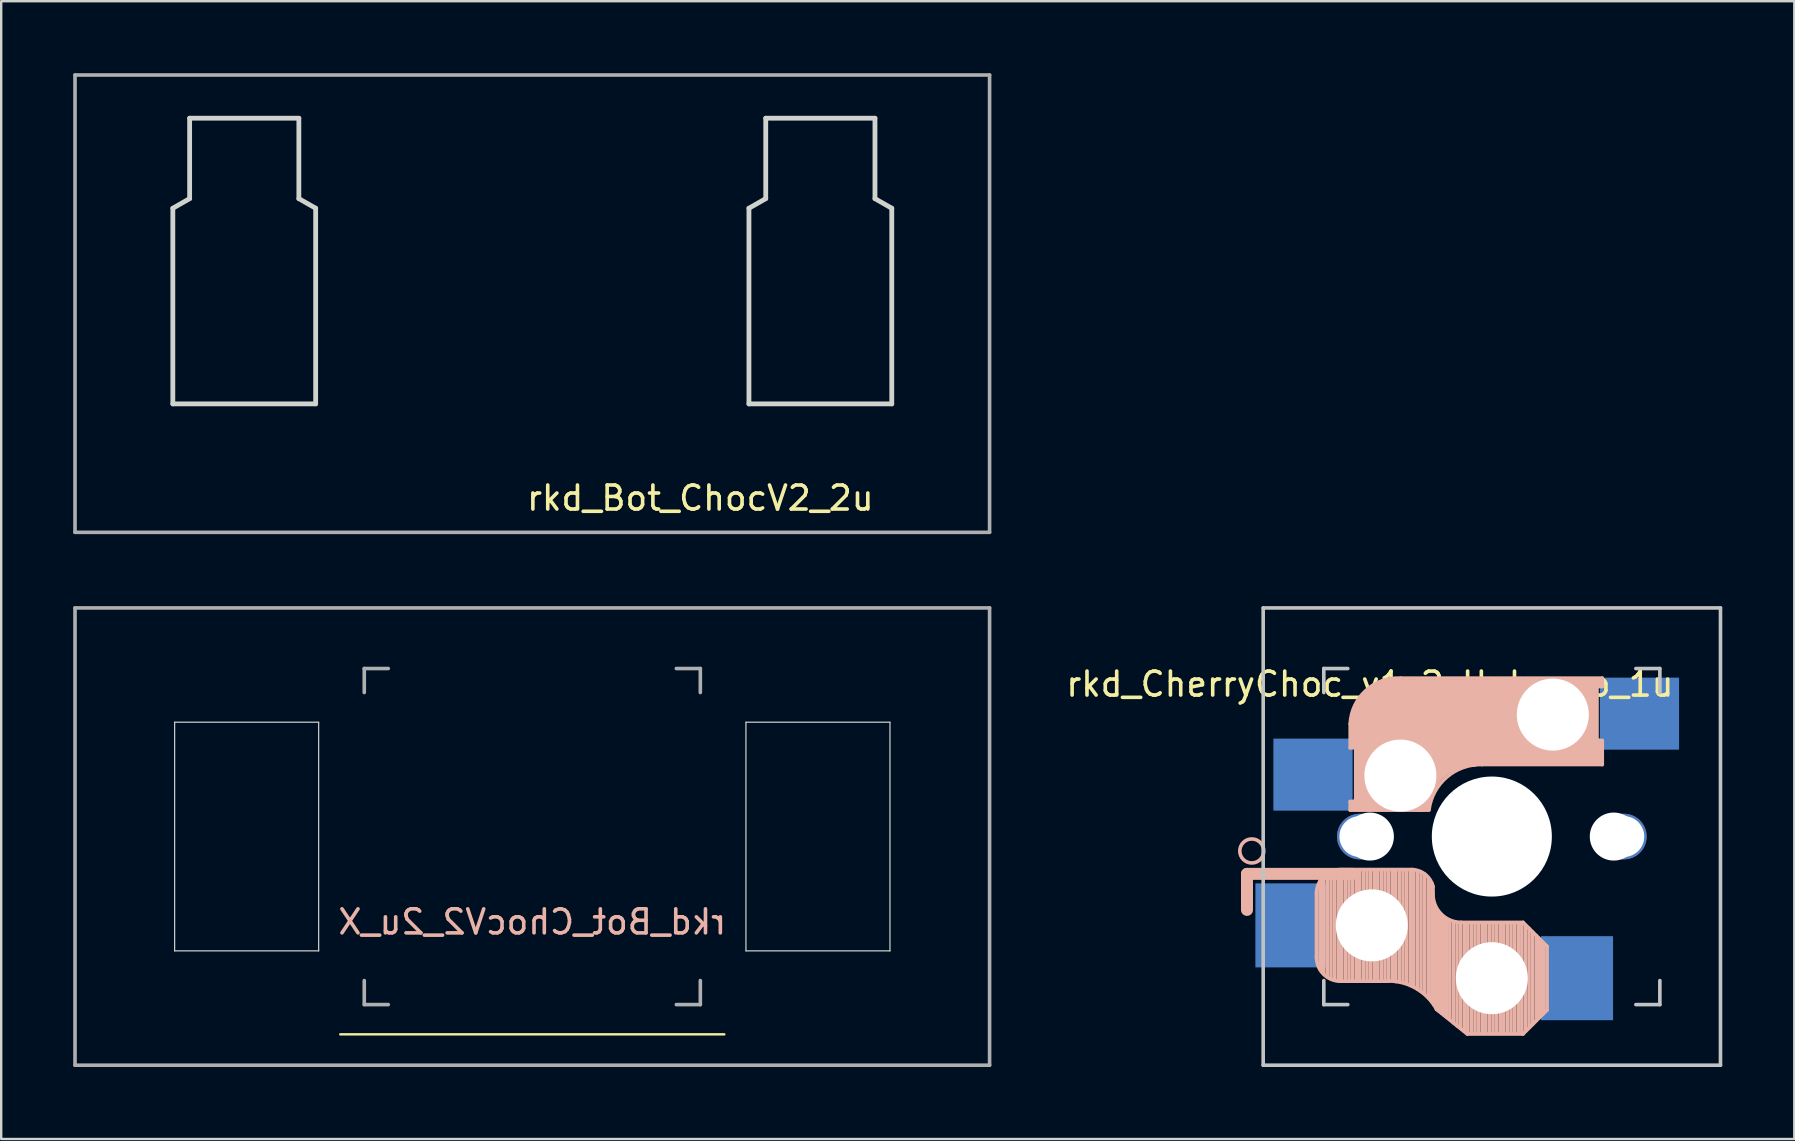
<source format=kicad_pcb>
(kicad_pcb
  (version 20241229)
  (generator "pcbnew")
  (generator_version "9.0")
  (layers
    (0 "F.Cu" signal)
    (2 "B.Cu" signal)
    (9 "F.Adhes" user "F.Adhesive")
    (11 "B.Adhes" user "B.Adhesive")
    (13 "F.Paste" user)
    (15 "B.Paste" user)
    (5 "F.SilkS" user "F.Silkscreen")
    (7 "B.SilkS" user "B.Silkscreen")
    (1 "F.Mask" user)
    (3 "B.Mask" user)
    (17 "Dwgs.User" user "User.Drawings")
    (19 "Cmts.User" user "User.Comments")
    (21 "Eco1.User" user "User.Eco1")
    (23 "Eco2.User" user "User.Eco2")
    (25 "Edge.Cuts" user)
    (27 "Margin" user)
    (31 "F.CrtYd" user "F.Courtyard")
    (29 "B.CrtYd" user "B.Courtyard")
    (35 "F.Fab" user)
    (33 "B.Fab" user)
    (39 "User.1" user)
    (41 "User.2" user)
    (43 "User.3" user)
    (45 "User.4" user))
  (footprint "rkd_CherryChoc_v1v2_Hotswap_1u"
    (layer "F.Cu")
    (at 59.098 31.8)
    (property "Reference" "rkd_CherryChoc_v1v2_Hotswap_1u" (at -5.08 -6.35 180) (layer "F.SilkS") (effects (font (size 1 1) (thickness 0.15))))
    (attr through_hole)
    (fp_line (start -10.2 1.555) (end -10.2 3.055) (stroke (width 0.5) (type default)) (layer "B.SilkS"))
    (fp_line (start -7.305 2.375) (end -7.305 5.025) (stroke (width 0.15) (type solid)) (layer "B.SilkS"))
    (fp_line (start -7.15 5.53) (end -7.15 1.85) (stroke (width 0.15) (type solid)) (layer "B.SilkS"))
    (fp_line (start -7 5.7) (end -7 1.73) (stroke (width 0.15) (type solid)) (layer "B.SilkS"))
    (fp_line (start -6.85 5.84) (end -6.85 1.7) (stroke (width 0.15) (type solid)) (layer "B.SilkS"))
    (fp_line (start -6.7 5.92) (end -6.7 1.8) (stroke (width 0.15) (type solid)) (layer "B.SilkS"))
    (fp_line (start -6.55 5.97) (end -6.55 1.65) (stroke (width 0.15) (type solid)) (layer "B.SilkS"))
    (fp_line (start -6.4 6.01) (end -6.4 1.5) (stroke (width 0.15) (type solid)) (layer "B.SilkS"))
    (fp_line (start -6.25 6) (end -6.25 1.4) (stroke (width 0.15) (type solid)) (layer "B.SilkS"))
    (fp_line (start -6.1 6) (end -6.1 1.4) (stroke (width 0.15) (type solid)) (layer "B.SilkS"))
    (fp_line (start -5.95 6) (end -5.95 1.4) (stroke (width 0.15) (type solid)) (layer "B.SilkS"))
    (fp_line (start -5.9 -4.7) (end -5.9 -3.7) (stroke (width 0.15) (type solid)) (layer "B.SilkS"))
    (fp_line (start -5.9 -3.7) (end -5.7 -3.7) (stroke (width 0.15) (type solid)) (layer "B.SilkS"))
    (fp_line (start -5.9 -1.1) (end -5.9 -1.46) (stroke (width 0.15) (type solid)) (layer "B.SilkS"))
    (fp_line (start -5.9 -1.1) (end -2.62 -1.1) (stroke (width 0.15) (type solid)) (layer "B.SilkS"))
    (fp_line (start -5.8 -3.8) (end -5.8 -4.7) (stroke (width 0.3) (type solid)) (layer "B.SilkS"))
    (fp_line (start -5.8 1.555) (end -10.2 1.555) (stroke (width 0.5) (type default)) (layer "B.SilkS"))
    (fp_line (start -5.8 6) (end -5.8 1.4) (stroke (width 0.15) (type solid)) (layer "B.SilkS"))
    (fp_line (start -5.7 -1.46) (end -5.9 -1.46) (stroke (width 0.15) (type solid)) (layer "B.SilkS"))
    (fp_line (start -5.7 -1.3) (end -3 -1.3) (stroke (width 0.5) (type solid)) (layer "B.SilkS"))
    (fp_line (start -5.67 -3.7) (end -5.67 -1.46) (stroke (width 0.15) (type solid)) (layer "B.SilkS"))
    (fp_line (start -5.65 6) (end -5.65 1.4) (stroke (width 0.15) (type solid)) (layer "B.SilkS"))
    (fp_line (start -5.5 6) (end -5.5 1.4) (stroke (width 0.15) (type solid)) (layer "B.SilkS"))
    (fp_line (start -5.35 6) (end -5.35 1.4) (stroke (width 0.15) (type solid)) (layer "B.SilkS"))
    (fp_line (start -5.3 -1.6) (end -5.3 -3.4) (stroke (width 0.8) (type solid)) (layer "B.SilkS"))
    (fp_line (start -5.2 6) (end -5.2 1.4) (stroke (width 0.15) (type solid)) (layer "B.SilkS"))
    (fp_line (start -5.05 6) (end -5.05 1.4) (stroke (width 0.15) (type solid)) (layer "B.SilkS"))
    (fp_line (start -4.9 6) (end -4.9 1.4) (stroke (width 0.15) (type solid)) (layer "B.SilkS"))
    (fp_line (start -4.75 6) (end -4.75 1.4) (stroke (width 0.15) (type solid)) (layer "B.SilkS"))
    (fp_line (start -4.6 6) (end -4.6 1.4) (stroke (width 0.15) (type solid)) (layer "B.SilkS"))
    (fp_line (start -4.45 6) (end -4.45 1.4) (stroke (width 0.15) (type solid)) (layer "B.SilkS"))
    (fp_line (start -4.3 6) (end -4.3 1.4) (stroke (width 0.15) (type solid)) (layer "B.SilkS"))
    (fp_line (start -4.3 6.025) (end -6.275 6.025) (stroke (width 0.15) (type solid)) (layer "B.SilkS"))
    (fp_line (start -4.17 -5.1) (end -4.17 -2.86) (stroke (width 3) (type solid)) (layer "B.SilkS"))
    (fp_line (start -4.15 6) (end -4.15 1.45) (stroke (width 0.15) (type solid)) (layer "B.SilkS"))
    (fp_line (start -4 6.04) (end -4 1.4) (stroke (width 0.15) (type solid)) (layer "B.SilkS"))
    (fp_line (start -3.85 6.05) (end -3.85 1.4) (stroke (width 0.15) (type solid)) (layer "B.SilkS"))
    (fp_line (start -3.7 6.05) (end -3.7 1.45) (stroke (width 0.15) (type solid)) (layer "B.SilkS"))
    (fp_line (start -3.55 6.1) (end -3.55 1.39) (stroke (width 0.15) (type solid)) (layer "B.SilkS"))
    (fp_line (start -3.4 6.2) (end -3.4 1.38) (stroke (width 0.15) (type solid)) (layer "B.SilkS"))
    (fp_line (start -3.311 1.375) (end -6.275 1.375) (stroke (width 0.15) (type solid)) (layer "B.SilkS"))
    (fp_line (start -3.25 6.25) (end -3.25 1.4) (stroke (width 0.15) (type solid)) (layer "B.SilkS"))
    (fp_line (start -3.1 6.35) (end -3.1 1.43) (stroke (width 0.15) (type solid)) (layer "B.SilkS"))
    (fp_line (start -2.95 6.45) (end -2.95 1.48) (stroke (width 0.15) (type solid)) (layer "B.SilkS"))
    (fp_line (start -2.8 6.55) (end -2.8 1.56) (stroke (width 0.15) (type solid)) (layer "B.SilkS"))
    (fp_line (start -2.65 6.7) (end -2.65 1.75) (stroke (width 0.15) (type solid)) (layer "B.SilkS"))
    (fp_line (start -2.5 6.85) (end -2.5 1.95) (stroke (width 0.15) (type solid)) (layer "B.SilkS"))
    (fp_line (start -2.45 2.4) (end -2.45 2.077) (stroke (width 0.15) (type default)) (layer "B.SilkS"))
    (fp_line (start -2.4 7.02) (end -2.4 2.9) (stroke (width 0.15) (type solid)) (layer "B.SilkS"))
    (fp_line (start -2.3 7.2) (end -2.3 3.05) (stroke (width 0.15) (type solid)) (layer "B.SilkS"))
    (fp_line (start -2.3 7.2) (end -1.025 8.225) (stroke (width 0.15) (type solid)) (layer "B.SilkS"))
    (fp_line (start -2.2 7.27) (end -2.2 3.25) (stroke (width 0.15) (type solid)) (layer "B.SilkS"))
    (fp_line (start -2.1 7.35) (end -2.1 3.35) (stroke (width 0.15) (type solid)) (layer "B.SilkS"))
    (fp_line (start -2 7.43) (end -2 3.4) (stroke (width 0.15) (type solid)) (layer "B.SilkS"))
    (fp_line (start -1.89 7.52) (end -1.9 3.45) (stroke (width 0.15) (type solid)) (layer "B.SilkS"))
    (fp_line (start -1.75 7.62) (end -1.75 3.5) (stroke (width 0.15) (type solid)) (layer "B.SilkS"))
    (fp_line (start -1.6 7.76) (end -1.6 3.6) (stroke (width 0.15) (type solid)) (layer "B.SilkS"))
    (fp_line (start -1.45 7.88) (end -1.45 3.6) (stroke (width 0.15) (type solid)) (layer "B.SilkS"))
    (fp_line (start -1.3 7.99) (end -1.3 3.6) (stroke (width 0.15) (type solid)) (layer "B.SilkS"))
    (fp_line (start -1.15 8.11) (end -1.15 3.65) (stroke (width 0.15) (type solid)) (layer "B.SilkS"))
    (fp_line (start -1 8.2) (end -1 3.6) (stroke (width 0.15) (type solid)) (layer "B.SilkS"))
    (fp_line (start -0.85 8.2) (end -0.85 3.6) (stroke (width 0.15) (type solid)) (layer "B.SilkS"))
    (fp_line (start -0.7 8.2) (end -0.7 3.6) (stroke (width 0.15) (type solid)) (layer "B.SilkS"))
    (fp_line (start -0.55 8.2) (end -0.55 3.6) (stroke (width 0.15) (type solid)) (layer "B.SilkS"))
    (fp_line (start -0.4 -3) (end 4.6 -3) (stroke (width 0.15) (type solid)) (layer "B.SilkS"))
    (fp_line (start -0.4 8.2) (end -0.4 3.6) (stroke (width 0.15) (type solid)) (layer "B.SilkS"))
    (fp_line (start -0.25 8.2) (end -0.25 3.6) (stroke (width 0.15) (type solid)) (layer "B.SilkS"))
    (fp_line (start -0.1 8.2) (end -0.1 3.6) (stroke (width 0.15) (type solid)) (layer "B.SilkS"))
    (fp_line (start 0.05 8.2) (end 0.05 3.6) (stroke (width 0.15) (type solid)) (layer "B.SilkS"))
    (fp_line (start 0.2 8.2) (end 0.2 3.6) (stroke (width 0.15) (type solid)) (layer "B.SilkS"))
    (fp_line (start 0.35 8.2) (end 0.35 3.6) (stroke (width 0.15) (type solid)) (layer "B.SilkS"))
    (fp_line (start 0.5 8.2) (end 0.5 3.6) (stroke (width 0.15) (type solid)) (layer "B.SilkS"))
    (fp_line (start 0.65 8.2) (end 0.65 3.6) (stroke (width 0.15) (type solid)) (layer "B.SilkS"))
    (fp_line (start 0.8 8.2) (end 0.8 3.6) (stroke (width 0.15) (type solid)) (layer "B.SilkS"))
    (fp_line (start 0.95 8.2) (end 0.95 3.6) (stroke (width 0.15) (type solid)) (layer "B.SilkS"))
    (fp_line (start 1.1 8.2) (end 1.1 3.6) (stroke (width 0.15) (type solid)) (layer "B.SilkS"))
    (fp_line (start 1.25 8.2) (end 1.25 3.6) (stroke (width 0.15) (type solid)) (layer "B.SilkS"))
    (fp_line (start 1.3 3.575) (end -1.275 3.575) (stroke (width 0.15) (type solid)) (layer "B.SilkS"))
    (fp_line (start 1.3 8.225) (end -1.025 8.225) (stroke (width 0.15) (type solid)) (layer "B.SilkS"))
    (fp_line (start 1.4 8.09) (end 1.4 3.7) (stroke (width 0.15) (type solid)) (layer "B.SilkS"))
    (fp_line (start 1.55 7.95) (end 1.55 3.83) (stroke (width 0.15) (type solid)) (layer "B.SilkS"))
    (fp_line (start 1.7 7.82) (end 1.7 3.99) (stroke (width 0.15) (type solid)) (layer "B.SilkS"))
    (fp_line (start 1.85 7.66) (end 1.85 4.13) (stroke (width 0.15) (type solid)) (layer "B.SilkS"))
    (fp_line (start 1.95 7.56) (end 1.95 4.23) (stroke (width 0.15) (type solid)) (layer "B.SilkS"))
    (fp_line (start 2.05 7.45) (end 2.05 4.33) (stroke (width 0.15) (type solid)) (layer "B.SilkS"))
    (fp_line (start 2.15 7.37) (end 2.15 4.44) (stroke (width 0.15) (type solid)) (layer "B.SilkS"))
    (fp_line (start 2.3 4.575) (end 1.3 3.575) (stroke (width 0.15) (type solid)) (layer "B.SilkS"))
    (fp_line (start 2.3 4.575) (end 2.3 7.225) (stroke (width 0.15) (type solid)) (layer "B.SilkS"))
    (fp_line (start 2.3 7.225) (end 1.3 8.225) (stroke (width 0.15) (type solid)) (layer "B.SilkS"))
    (fp_line (start 2.6 -4.8) (end -4.1 -4.8) (stroke (width 3.5) (type solid)) (layer "B.SilkS"))
    (fp_line (start 3.9 -6) (end 3.9 -3.5) (stroke (width 1) (type solid)) (layer "B.SilkS"))
    (fp_line (start 4.3 -3.3) (end 2.9 -3.3) (stroke (width 0.5) (type solid)) (layer "B.SilkS"))
    (fp_line (start 4.38 -4) (end 4.38 -6.25) (stroke (width 0.15) (type solid)) (layer "B.SilkS"))
    (fp_line (start 4.4 -6.4) (end 3 -6.4) (stroke (width 0.4) (type solid)) (layer "B.SilkS"))
    (fp_line (start 4.4 -6.25) (end 4.6 -6.25) (stroke (width 0.15) (type solid)) (layer "B.SilkS"))
    (fp_line (start 4.4 -3.9) (end 4.4 -3.2) (stroke (width 0.4) (type solid)) (layer "B.SilkS"))
    (fp_line (start 4.6 -6.6) (end -3.8 -6.6) (stroke (width 0.15) (type solid)) (layer "B.SilkS"))
    (fp_line (start 4.6 -6.25) (end 4.6 -6.6) (stroke (width 0.15) (type solid)) (layer "B.SilkS"))
    (fp_line (start 4.6 -4) (end 4.4 -4) (stroke (width 0.15) (type solid)) (layer "B.SilkS"))
    (fp_line (start 4.6 -3) (end 4.6 -4) (stroke (width 0.15) (type solid)) (layer "B.SilkS"))
    (fp_arc (start -7.305 2.375) (mid -7.012107 1.667893) (end -6.305 1.375) (stroke (width 0.15) (type solid)) (layer "B.SilkS"))
    (fp_arc (start -6.305 6.025) (mid -7.012107 5.732107) (end -7.305 5.025) (stroke (width 0.15) (type solid)) (layer "B.SilkS"))
    (fp_arc (start -5.9 -4.699999) (mid -5.243504 -6.084924) (end -3.800001 -6.6) (stroke (width 0.15) (type solid)) (layer "B.SilkS"))
    (fp_arc (start -4.3 6.017458) (mid -3.138277 6.335211) (end -2.3 7.2) (stroke (width 0.15) (type solid)) (layer "B.SilkS"))
    (fp_arc (start -3.311204 1.375) (mid -2.763915 1.58277) (end -2.45 2.076887) (stroke (width 0.15) (type solid)) (layer "B.SilkS"))
    (fp_arc (start -3.016318 -1.521471) (mid -2.268709 -2.886118) (end -0.8 -3.4) (stroke (width 1) (type solid)) (layer "B.SilkS"))
    (fp_arc (start -2.616318 -1.121471) (mid -1.868709 -2.486118) (end -0.4 -3) (stroke (width 0.15) (type solid)) (layer "B.SilkS"))
    (fp_arc (start -1.275 3.575) (mid -2.10585 3.23085) (end -2.45 2.4) (stroke (width 0.15) (type solid)) (layer "B.SilkS"))
    (fp_circle (center -10 0.6) (end -9.5 0.6) (stroke (width 0.15) (type default)) (fill no) (layer "B.SilkS"))
    (fp_line (start -9.525 -9.525) (end 9.525 -9.525) (stroke (width 0.15) (type solid)) (layer "Dwgs.User"))
    (fp_line (start -9.525 9.525) (end -9.525 -9.525) (stroke (width 0.15) (type solid)) (layer "Dwgs.User"))
    (fp_line (start -7 -7) (end -6 -7) (stroke (width 0.15) (type solid)) (layer "Dwgs.User"))
    (fp_line (start -7 -6) (end -7 -7) (stroke (width 0.15) (type solid)) (layer "Dwgs.User"))
    (fp_line (start -7 7) (end -7 6) (stroke (width 0.15) (type solid)) (layer "Dwgs.User"))
    (fp_line (start -6 7) (end -7 7) (stroke (width 0.15) (type solid)) (layer "Dwgs.User"))
    (fp_line (start 6 7) (end 7 7) (stroke (width 0.15) (type solid)) (layer "Dwgs.User"))
    (fp_line (start 7 -7) (end 6 -7) (stroke (width 0.15) (type solid)) (layer "Dwgs.User"))
    (fp_line (start 7 -6) (end 7 -7) (stroke (width 0.15) (type solid)) (layer "Dwgs.User"))
    (fp_line (start 7 7) (end 7 6) (stroke (width 0.15) (type solid)) (layer "Dwgs.User"))
    (fp_line (start 9.525 -9.525) (end 9.525 9.525) (stroke (width 0.15) (type solid)) (layer "Dwgs.User"))
    (fp_line (start 9.525 9.525) (end -9.525 9.525) (stroke (width 0.15) (type solid)) (layer "Dwgs.User"))
    (pad "" np_thru_hole circle (at -5.5 0) (size 1.9 1.9) (drill 1.7) (layers "*.Cu" "*.Mask"))
    (pad "" np_thru_hole circle (at -5.08 0) (size 2 2) (drill 2) (layers "*.Cu" "*.Mask"))
    (pad "" np_thru_hole circle (at -5 3.7 90) (size 3 3) (drill 3) (layers "*.Cu" "*.Mask"))
    (pad "" np_thru_hole circle (at -3.81 -2.54 180) (size 3 3) (drill 3) (layers "*.Cu" "*.Mask"))
    (pad "" np_thru_hole circle (at 0 0 90) (size 5 5) (drill 5) (layers "*.Cu" "*.Mask"))
    (pad "" np_thru_hole circle (at 0 5.9 90) (size 3 3) (drill 3) (layers "*.Cu" "*.Mask"))
    (pad "" np_thru_hole circle (at 2.54 -5.08 180) (size 3 3) (drill 3) (layers "*.Cu" "*.Mask"))
    (pad "" np_thru_hole circle (at 5.08 0) (size 2 2) (drill 2) (layers "*.Cu" "*.Mask"))
    (pad "" np_thru_hole circle (at 5.5 0) (size 1.9 1.9) (drill 1.7) (layers "*.Cu" "*.Mask"))
    (pad "1" smd rect (at -8.35 3.7 180) (size 3 3.5) (layers "B.Cu" "B.Mask" "B.Paste"))
    (pad "1" smd rect (at -7 -2.58 180) (size 3.3 3) (drill (offset 0.45 0)) (layers "B.Cu" "B.Mask" "B.Paste"))
    (pad "2" smd rect (at 3.55 5.9 180) (size 3 3.5) (layers "B.Cu" "B.Mask" "B.Paste"))
    (pad "2" smd rect (at 5.7 -5.12 180) (size 3.3 3) (drill (offset -0.45 0)) (layers "B.Cu" "B.Mask" "B.Paste")))
  (footprint "rkd_Bot_ChocV2_2u_X"
    (layer "F.Cu")
    (at 19.125 31.8)
    (property "Reference" "rkd_Bot_ChocV2_2u_X" (at 0 3.556 0) (layer "B.SilkS") (effects (font (size 1 1) (thickness 0.15)) (justify mirror)))
    (attr smd board_only)
    (fp_line (start -8 8.24) (end 8 8.24) (stroke (width 0.1) (type default)) (layer "F.SilkS"))
    (fp_line (start -14.9 -4.763) (end -14.9 4.763) (stroke (width 0.05) (type default)) (layer "Edge.Cuts"))
    (fp_line (start -14.9 -4.763) (end -8.9 -4.763) (stroke (width 0.05) (type default)) (layer "Edge.Cuts"))
    (fp_line (start -14.9 4.763) (end -8.9 4.763) (stroke (width 0.05) (type default)) (layer "Edge.Cuts"))
    (fp_line (start -8.9 4.763) (end -8.9 -4.763) (stroke (width 0.05) (type default)) (layer "Edge.Cuts"))
    (fp_line (start 8.9 -4.763) (end 8.9 4.763) (stroke (width 0.05) (type default)) (layer "Edge.Cuts"))
    (fp_line (start 8.9 4.763) (end 14.9 4.763) (stroke (width 0.05) (type default)) (layer "Edge.Cuts"))
    (fp_line (start 14.9 -4.763) (end 8.9 -4.763) (stroke (width 0.05) (type default)) (layer "Edge.Cuts"))
    (fp_line (start 14.9 4.763) (end 14.9 -4.763) (stroke (width 0.05) (type default)) (layer "Edge.Cuts"))
    (fp_line (start -19.05 -9.525) (end -19.05 9.525) (stroke (width 0.15) (type solid)) (layer "F.Fab"))
    (fp_line (start -19.05 9.525) (end 19.05 9.525) (stroke (width 0.15) (type solid)) (layer "F.Fab"))
    (fp_line (start -7 -7) (end -6 -7) (stroke (width 0.15) (type solid)) (layer "F.Fab"))
    (fp_line (start -7 -6) (end -7 -7) (stroke (width 0.15) (type solid)) (layer "F.Fab"))
    (fp_line (start -7 7) (end -7 6) (stroke (width 0.15) (type solid)) (layer "F.Fab"))
    (fp_line (start -6 7) (end -7 7) (stroke (width 0.15) (type solid)) (layer "F.Fab"))
    (fp_line (start 6 -7) (end 7 -7) (stroke (width 0.15) (type solid)) (layer "F.Fab"))
    (fp_line (start 7 -7) (end 7 -6) (stroke (width 0.15) (type solid)) (layer "F.Fab"))
    (fp_line (start 7 6) (end 7 7) (stroke (width 0.15) (type solid)) (layer "F.Fab"))
    (fp_line (start 7 7) (end 6 7) (stroke (width 0.15) (type solid)) (layer "F.Fab"))
    (fp_line (start 19.05 -9.525) (end -19.05 -9.525) (stroke (width 0.15) (type solid)) (layer "F.Fab"))
    (fp_line (start 19.05 9.525) (end 19.05 -9.525) (stroke (width 0.15) (type solid)) (layer "F.Fab")))
  (footprint "rkd_Bot_ChocV2_2u"
    (layer "F.Cu")
    (at 19.125 9.6)
    (property "Reference" "rkd_Bot_ChocV2_2u" (at 7 8.1 0) (layer "F.SilkS") (effects (font (size 1 1) (thickness 0.15))))
    (attr through_hole)
    (fp_line (start -14.975 -3.975) (end -14.975 4.175) (stroke (width 0.2) (type solid)) (layer "Edge.Cuts"))
    (fp_line (start -14.275 -7.725) (end -9.725 -7.725) (stroke (width 0.2) (type solid)) (layer "Edge.Cuts"))
    (fp_line (start -14.275 -4.375) (end -14.975 -3.975) (stroke (width 0.2) (type default)) (layer "Edge.Cuts"))
    (fp_line (start -14.275 -4.375) (end -14.275 -7.725) (stroke (width 0.2) (type solid)) (layer "Edge.Cuts"))
    (fp_line (start -9.725 -4.375) (end -9.725 -7.725) (stroke (width 0.2) (type solid)) (layer "Edge.Cuts"))
    (fp_line (start -9.725 -4.375) (end -9.025 -3.975) (stroke (width 0.2) (type default)) (layer "Edge.Cuts"))
    (fp_line (start -9.025 -3.975) (end -9.025 4.175) (stroke (width 0.2) (type solid)) (layer "Edge.Cuts"))
    (fp_line (start -9.025 4.175) (end -14.975 4.175) (stroke (width 0.2) (type solid)) (layer "Edge.Cuts"))
    (fp_line (start 9.025 -3.975) (end 9.025 4.175) (stroke (width 0.2) (type solid)) (layer "Edge.Cuts"))
    (fp_line (start 9.725 -7.725) (end 14.275 -7.725) (stroke (width 0.2) (type solid)) (layer "Edge.Cuts"))
    (fp_line (start 9.725 -4.375) (end 9.025 -3.975) (stroke (width 0.2) (type default)) (layer "Edge.Cuts"))
    (fp_line (start 9.725 -4.375) (end 9.725 -7.725) (stroke (width 0.2) (type solid)) (layer "Edge.Cuts"))
    (fp_line (start 14.275 -4.375) (end 14.275 -7.725) (stroke (width 0.2) (type solid)) (layer "Edge.Cuts"))
    (fp_line (start 14.275 -4.375) (end 14.975 -3.975) (stroke (width 0.2) (type default)) (layer "Edge.Cuts"))
    (fp_line (start 14.975 -3.975) (end 14.975 4.175) (stroke (width 0.2) (type solid)) (layer "Edge.Cuts"))
    (fp_line (start 14.975 4.175) (end 9.025 4.175) (stroke (width 0.2) (type solid)) (layer "Edge.Cuts"))
    (fp_line (start -19.05 -9.525) (end -19.05 9.525) (stroke (width 0.15) (type solid)) (layer "F.Fab"))
    (fp_line (start -19.05 9.525) (end 19.05 9.525) (stroke (width 0.15) (type solid)) (layer "F.Fab"))
    (fp_line (start 19.05 -9.525) (end -19.05 -9.525) (stroke (width 0.15) (type solid)) (layer "F.Fab"))
    (fp_line (start 19.05 9.525) (end 19.05 -9.525) (stroke (width 0.15) (type solid)) (layer "F.Fab")))
  (gr_rect
    (start -3 -3)
    (end 71.698 44.4)
    (stroke (width 0.1) (type default))
    (fill no)
    (layer "Edge.Cuts")))
</source>
